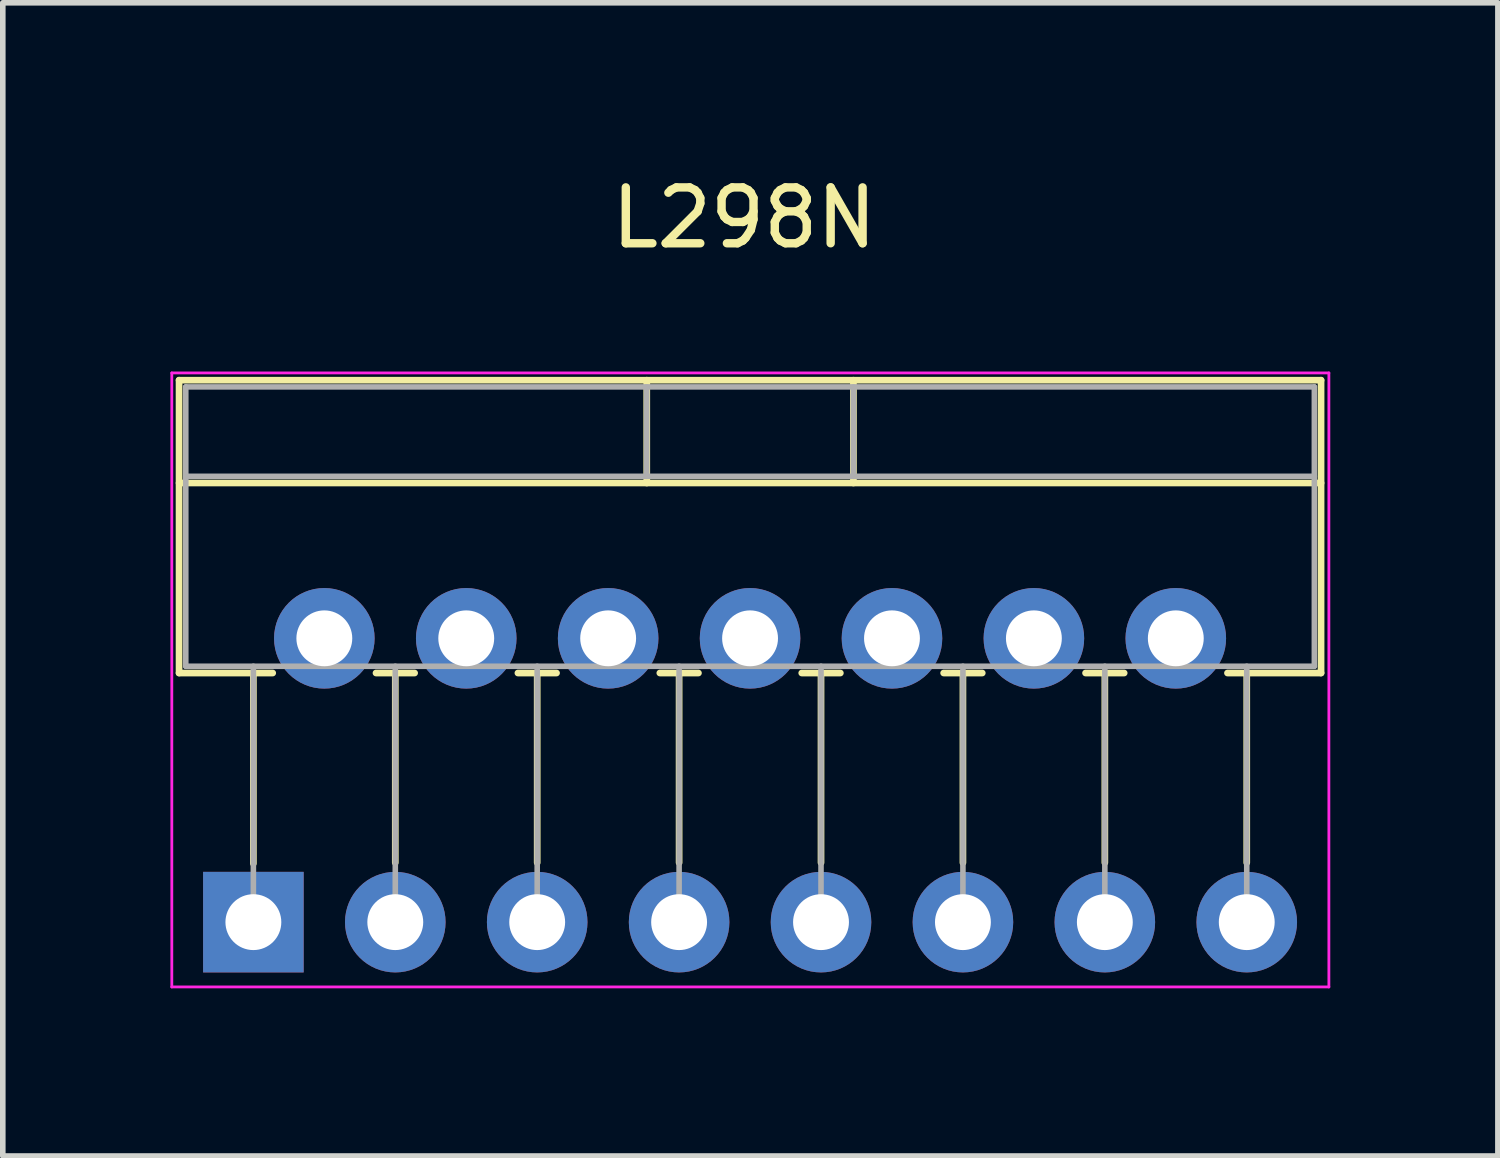
<source format=kicad_pcb>
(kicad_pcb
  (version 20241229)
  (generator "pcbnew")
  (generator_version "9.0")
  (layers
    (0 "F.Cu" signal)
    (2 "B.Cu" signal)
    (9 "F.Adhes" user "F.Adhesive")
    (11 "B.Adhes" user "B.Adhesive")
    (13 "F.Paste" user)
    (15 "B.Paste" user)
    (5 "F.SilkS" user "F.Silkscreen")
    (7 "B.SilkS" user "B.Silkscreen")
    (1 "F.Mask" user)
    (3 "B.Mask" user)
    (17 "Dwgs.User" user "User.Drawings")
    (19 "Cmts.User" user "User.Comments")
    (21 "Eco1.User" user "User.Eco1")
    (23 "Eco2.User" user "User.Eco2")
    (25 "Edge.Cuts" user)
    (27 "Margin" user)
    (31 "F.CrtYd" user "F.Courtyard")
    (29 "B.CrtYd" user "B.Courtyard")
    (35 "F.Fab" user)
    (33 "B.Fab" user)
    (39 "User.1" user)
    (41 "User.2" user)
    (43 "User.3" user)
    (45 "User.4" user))
  (footprint "L298N"
    (layer "F.Cu")
    (at 10.27 10.399)
    (property "Reference" "L298N" (at 0 -9.55 0) (unlocked yes) (layer "F.SilkS") (effects (font (size 1 1) (thickness 0.15))))
    (attr through_hole)
    (fp_line (start -10.115 -6.644) (end -10.115 -1.403) (stroke (width 0.12) (type solid)) (layer "F.SilkS"))
    (fp_line (start -10.115 -6.644) (end 10.325 -6.644) (stroke (width 0.12) (type solid)) (layer "F.SilkS"))
    (fp_line (start -10.115 -4.804) (end 10.325 -4.804) (stroke (width 0.12) (type solid)) (layer "F.SilkS"))
    (fp_line (start -10.115 -1.403) (end -8.439 -1.403) (stroke (width 0.12) (type solid)) (layer "F.SilkS"))
    (fp_line (start -8.785 -1.403) (end -8.785 2.006) (stroke (width 0.12) (type solid)) (layer "F.SilkS"))
    (fp_line (start -6.59 -1.403) (end -5.899 -1.403) (stroke (width 0.12) (type solid)) (layer "F.SilkS"))
    (fp_line (start -6.245 -1.403) (end -6.245 1.991) (stroke (width 0.12) (type solid)) (layer "F.SilkS"))
    (fp_line (start -4.05 -1.403) (end -3.359 -1.403) (stroke (width 0.12) (type solid)) (layer "F.SilkS"))
    (fp_line (start -3.705 -1.403) (end -3.705 1.991) (stroke (width 0.12) (type solid)) (layer "F.SilkS"))
    (fp_line (start -1.744 -6.644) (end -1.744 -4.804) (stroke (width 0.12) (type solid)) (layer "F.SilkS"))
    (fp_line (start -1.51 -1.403) (end -0.819 -1.403) (stroke (width 0.12) (type solid)) (layer "F.SilkS"))
    (fp_line (start -1.165 -1.403) (end -1.165 1.991) (stroke (width 0.12) (type solid)) (layer "F.SilkS"))
    (fp_line (start 1.03 -1.403) (end 1.721 -1.403) (stroke (width 0.12) (type solid)) (layer "F.SilkS"))
    (fp_line (start 1.375 -1.403) (end 1.375 1.991) (stroke (width 0.12) (type solid)) (layer "F.SilkS"))
    (fp_line (start 1.955 -6.644) (end 1.955 -4.804) (stroke (width 0.12) (type solid)) (layer "F.SilkS"))
    (fp_line (start 3.57 -1.403) (end 4.261 -1.403) (stroke (width 0.12) (type solid)) (layer "F.SilkS"))
    (fp_line (start 3.915 -1.403) (end 3.915 1.991) (stroke (width 0.12) (type solid)) (layer "F.SilkS"))
    (fp_line (start 6.11 -1.403) (end 6.801 -1.403) (stroke (width 0.12) (type solid)) (layer "F.SilkS"))
    (fp_line (start 6.455 -1.403) (end 6.455 1.991) (stroke (width 0.12) (type solid)) (layer "F.SilkS"))
    (fp_line (start 8.65 -1.403) (end 10.325 -1.403) (stroke (width 0.12) (type solid)) (layer "F.SilkS"))
    (fp_line (start 8.995 -1.403) (end 8.995 1.991) (stroke (width 0.12) (type solid)) (layer "F.SilkS"))
    (fp_line (start 10.325 -6.644) (end 10.325 -1.403) (stroke (width 0.12) (type solid)) (layer "F.SilkS"))
    (fp_line (start -10.245 -6.774) (end -10.245 4.216) (stroke (width 0.05) (type solid)) (layer "F.CrtYd"))
    (fp_line (start -10.245 4.216) (end 10.465 4.216) (stroke (width 0.05) (type solid)) (layer "F.CrtYd"))
    (fp_line (start 10.465 -6.774) (end -10.245 -6.774) (stroke (width 0.05) (type solid)) (layer "F.CrtYd"))
    (fp_line (start 10.465 4.216) (end 10.465 -6.774) (stroke (width 0.05) (type solid)) (layer "F.CrtYd"))
    (fp_line (start -9.995 -6.524) (end -9.995 -1.524) (stroke (width 0.1) (type solid)) (layer "F.Fab"))
    (fp_line (start -9.995 -4.924) (end 10.205 -4.924) (stroke (width 0.1) (type solid)) (layer "F.Fab"))
    (fp_line (start -9.995 -1.524) (end 10.205 -1.524) (stroke (width 0.1) (type solid)) (layer "F.Fab"))
    (fp_line (start -8.785 -1.524) (end -8.785 3.056) (stroke (width 0.1) (type solid)) (layer "F.Fab"))
    (fp_line (start -6.245 -1.524) (end -6.245 3.056) (stroke (width 0.1) (type solid)) (layer "F.Fab"))
    (fp_line (start -3.705 -1.524) (end -3.705 3.056) (stroke (width 0.1) (type solid)) (layer "F.Fab"))
    (fp_line (start -1.745 -6.524) (end -1.745 -4.924) (stroke (width 0.1) (type solid)) (layer "F.Fab"))
    (fp_line (start -1.165 -1.524) (end -1.165 3.056) (stroke (width 0.1) (type solid)) (layer "F.Fab"))
    (fp_line (start 1.375 -1.524) (end 1.375 3.056) (stroke (width 0.1) (type solid)) (layer "F.Fab"))
    (fp_line (start 1.955 -6.524) (end 1.955 -4.924) (stroke (width 0.1) (type solid)) (layer "F.Fab"))
    (fp_line (start 3.915 -1.524) (end 3.915 3.056) (stroke (width 0.1) (type solid)) (layer "F.Fab"))
    (fp_line (start 6.455 -1.524) (end 6.455 3.056) (stroke (width 0.1) (type solid)) (layer "F.Fab"))
    (fp_line (start 8.995 -1.524) (end 8.995 3.056) (stroke (width 0.1) (type solid)) (layer "F.Fab"))
    (fp_line (start 10.205 -6.524) (end -9.995 -6.524) (stroke (width 0.1) (type solid)) (layer "F.Fab"))
    (fp_line (start 10.205 -1.524) (end 10.205 -6.524) (stroke (width 0.1) (type solid)) (layer "F.Fab"))
    (pad "1" thru_hole rect (at -8.785 3.056) (size 1.8 1.8) (drill 1) (layers "*.Cu" "*.Mask"))
    (pad "2" thru_hole oval (at -7.515 -2.024) (size 1.8 1.8) (drill 1) (layers "*.Cu" "*.Mask"))
    (pad "3" thru_hole oval (at -6.245 3.056) (size 1.8 1.8) (drill 1) (layers "*.Cu" "*.Mask"))
    (pad "4" thru_hole oval (at -4.975 -2.024) (size 1.8 1.8) (drill 1) (layers "*.Cu" "*.Mask"))
    (pad "5" thru_hole oval (at -3.705 3.056) (size 1.8 1.8) (drill 1) (layers "*.Cu" "*.Mask"))
    (pad "6" thru_hole oval (at -2.435 -2.024) (size 1.8 1.8) (drill 1) (layers "*.Cu" "*.Mask"))
    (pad "7" thru_hole oval (at -1.165 3.056) (size 1.8 1.8) (drill 1) (layers "*.Cu" "*.Mask"))
    (pad "8" thru_hole oval (at 0.105 -2.024) (size 1.8 1.8) (drill 1) (layers "*.Cu" "*.Mask"))
    (pad "9" thru_hole oval (at 1.375 3.056) (size 1.8 1.8) (drill 1) (layers "*.Cu" "*.Mask"))
    (pad "10" thru_hole oval (at 2.645 -2.024) (size 1.8 1.8) (drill 1) (layers "*.Cu" "*.Mask"))
    (pad "11" thru_hole oval (at 3.915 3.056) (size 1.8 1.8) (drill 1) (layers "*.Cu" "*.Mask"))
    (pad "12" thru_hole oval (at 5.185 -2.024) (size 1.8 1.8) (drill 1) (layers "*.Cu" "*.Mask"))
    (pad "13" thru_hole oval (at 6.455 3.056) (size 1.8 1.8) (drill 1) (layers "*.Cu" "*.Mask"))
    (pad "14" thru_hole oval (at 7.725 -2.024) (size 1.8 1.8) (drill 1) (layers "*.Cu" "*.Mask"))
    (pad "15" thru_hole oval (at 8.995 3.056) (size 1.8 1.8) (drill 1) (layers "*.Cu" "*.Mask")))
  (gr_rect
    (start -3 -3)
    (end 23.76 17.64)
    (stroke (width 0.1) (type default))
    (fill no)
    (layer "Edge.Cuts")))
</source>
